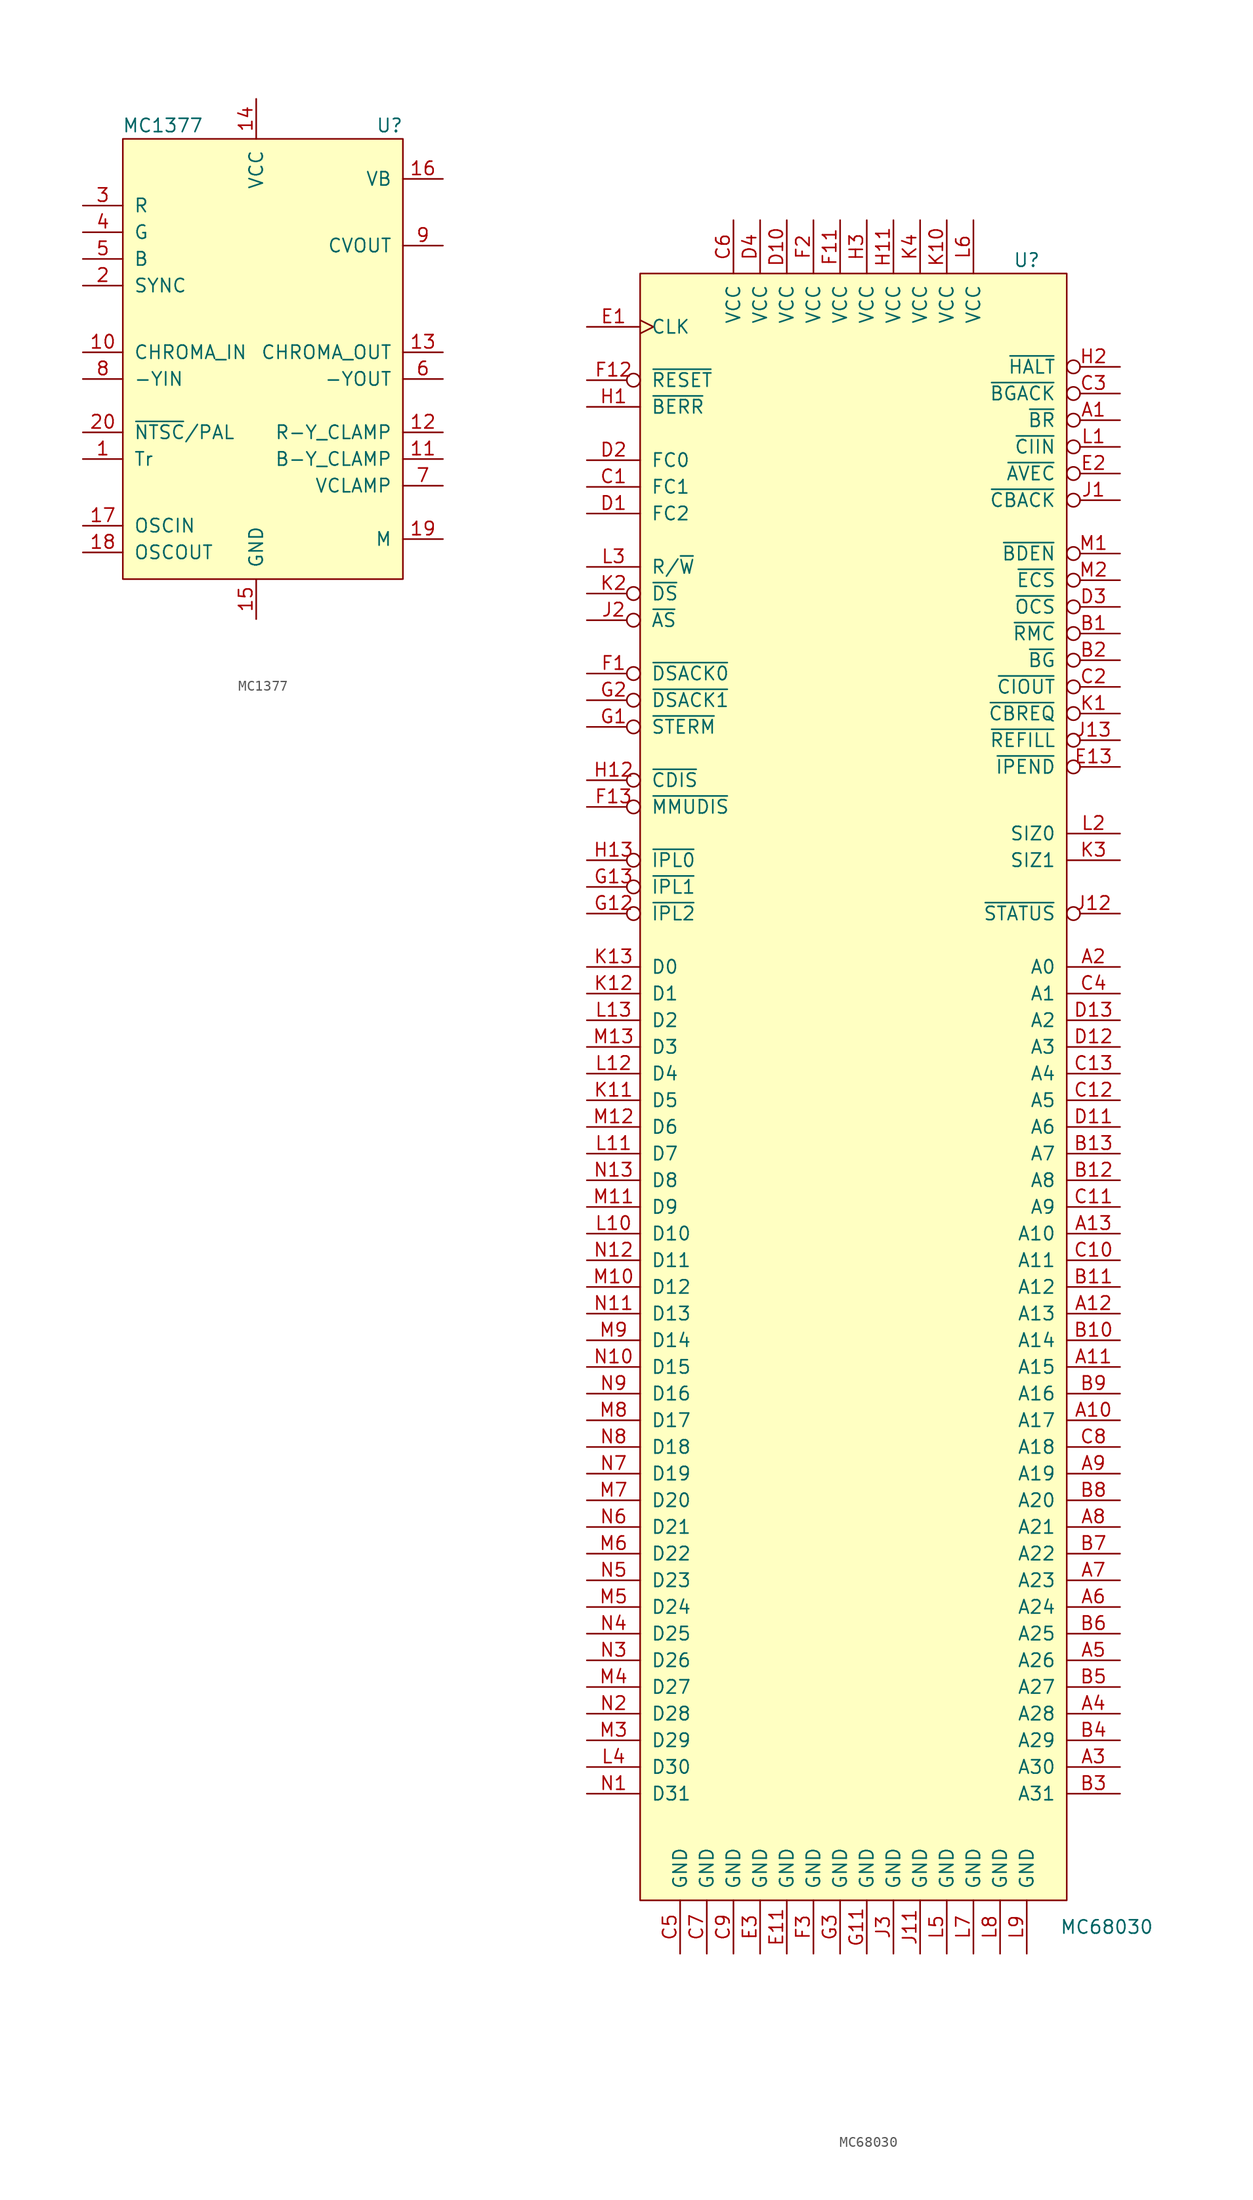
<source format=kicad_sym>
(kicad_symbol_lib
  (version 20220914)
  (generator kicad_symbol_editor)
  (symbol "MC1377"
    (pin_names
      (offset 1.016))
    (property "Reference" "U"
      (at 12.7 20.32 0)
      (effects (font (size 1.27 1.27))))
    (property "Value" "MC1377"
      (at -8.89 20.32 0)
      (effects (font (size 1.27 1.27))))
    (symbol "MC1377_0_1"
      (rectangle (start -12.7 19.05) (end 13.97 -22.86) (stroke (width 0) (type default)) (fill (type background))))
    (symbol "MC1377_1_1"
      (pin passive line (at -16.51 -11.43 0) (length 3.81) (name "Tr" (effects (font (size 1.27 1.27)))) (number "1" (effects (font (size 1.27 1.27)))))
      (pin input line (at -16.51 -1.27 0) (length 3.81) (name "CHROMA_IN" (effects (font (size 1.27 1.27)))) (number "10" (effects (font (size 1.27 1.27)))))
      (pin input line (at 17.78 -11.43 180) (length 3.81) (name "B-Y_CLAMP" (effects (font (size 1.27 1.27)))) (number "11" (effects (font (size 1.27 1.27)))))
      (pin input line (at 17.78 -8.89 180) (length 3.81) (name "R-Y_CLAMP" (effects (font (size 1.27 1.27)))) (number "12" (effects (font (size 1.27 1.27)))))
      (pin output line (at 17.78 -1.27 180) (length 3.81) (name "CHROMA_OUT" (effects (font (size 1.27 1.27)))) (number "13" (effects (font (size 1.27 1.27)))))
      (pin power_in line (at 0 22.86 270) (length 3.81) (name "VCC" (effects (font (size 1.27 1.27)))) (number "14" (effects (font (size 1.27 1.27)))))
      (pin power_in line (at 0 -26.67 90) (length 3.81) (name "GND" (effects (font (size 1.27 1.27)))) (number "15" (effects (font (size 1.27 1.27)))))
      (pin power_out line (at 17.78 15.24 180) (length 3.81) (name "VB" (effects (font (size 1.27 1.27)))) (number "16" (effects (font (size 1.27 1.27)))))
      (pin input line (at -16.51 -17.78 0) (length 3.81) (name "OSCIN" (effects (font (size 1.27 1.27)))) (number "17" (effects (font (size 1.27 1.27)))))
      (pin output line (at -16.51 -20.32 0) (length 3.81) (name "OSCOUT" (effects (font (size 1.27 1.27)))) (number "18" (effects (font (size 1.27 1.27)))))
      (pin output line (at 17.78 -19.05 180) (length 3.81) (name "M" (effects (font (size 1.27 1.27)))) (number "19" (effects (font (size 1.27 1.27)))))
      (pin input line (at -16.51 5.08 0) (length 3.81) (name "SYNC" (effects (font (size 1.27 1.27)))) (number "2" (effects (font (size 1.27 1.27)))))
      (pin input line (at -16.51 -8.89 0) (length 3.81) (name "~{NTSC}/PAL" (effects (font (size 1.27 1.27)))) (number "20" (effects (font (size 1.27 1.27)))))
      (pin input line (at -16.51 12.7 0) (length 3.81) (name "R" (effects (font (size 1.27 1.27)))) (number "3" (effects (font (size 1.27 1.27)))))
      (pin input line (at -16.51 10.16 0) (length 3.81) (name "G" (effects (font (size 1.27 1.27)))) (number "4" (effects (font (size 1.27 1.27)))))
      (pin input line (at -16.51 7.62 0) (length 3.81) (name "B" (effects (font (size 1.27 1.27)))) (number "5" (effects (font (size 1.27 1.27)))))
      (pin output line (at 17.78 -3.81 180) (length 3.81) (name "-YOUT" (effects (font (size 1.27 1.27)))) (number "6" (effects (font (size 1.27 1.27)))))
      (pin input line (at 17.78 -13.97 180) (length 3.81) (name "VCLAMP" (effects (font (size 1.27 1.27)))) (number "7" (effects (font (size 1.27 1.27)))))
      (pin input line (at -16.51 -3.81 0) (length 3.81) (name "-YIN" (effects (font (size 1.27 1.27)))) (number "8" (effects (font (size 1.27 1.27)))))
      (pin output line (at 17.78 8.89 180) (length 3.81) (name "CVOUT" (effects (font (size 1.27 1.27)))) (number "9" (effects (font (size 1.27 1.27)))))))
  (symbol "MC68030"
    (pin_names
      (offset 1.016))
    (property "Reference" "U"
      (at 16.51 73.66 0)
      (effects (font (size 1.27 1.27))))
    (property "Value" "MC68030"
      (at 24.13 -85.09 0)
      (effects (font (size 1.27 1.27))))
    (symbol "MC68030_0_1"
      (rectangle (start 20.32 -82.55) (end -20.32 72.39) (stroke (width 0) (type default)) (fill (type background))))
    (symbol "MC68030_1_1"
      (pin input inverted (at 25.4 58.42 180) (length 5.08) (name "~{BR}" (effects (font (size 1.27 1.27)))) (number "A1" (effects (font (size 1.27 1.27)))))
      (pin output line (at 25.4 -36.83 180) (length 5.08) (name "A17" (effects (font (size 1.27 1.27)))) (number "A10" (effects (font (size 1.27 1.27)))))
      (pin output line (at 25.4 -31.75 180) (length 5.08) (name "A15" (effects (font (size 1.27 1.27)))) (number "A11" (effects (font (size 1.27 1.27)))))
      (pin output line (at 25.4 -26.67 180) (length 5.08) (name "A13" (effects (font (size 1.27 1.27)))) (number "A12" (effects (font (size 1.27 1.27)))))
      (pin output line (at 25.4 -19.05 180) (length 5.08) (name "A10" (effects (font (size 1.27 1.27)))) (number "A13" (effects (font (size 1.27 1.27)))))
      (pin output line (at 25.4 6.35 180) (length 5.08) (name "A0" (effects (font (size 1.27 1.27)))) (number "A2" (effects (font (size 1.27 1.27)))))
      (pin output line (at 25.4 -69.85 180) (length 5.08) (name "A30" (effects (font (size 1.27 1.27)))) (number "A3" (effects (font (size 1.27 1.27)))))
      (pin output line (at 25.4 -64.77 180) (length 5.08) (name "A28" (effects (font (size 1.27 1.27)))) (number "A4" (effects (font (size 1.27 1.27)))))
      (pin output line (at 25.4 -59.69 180) (length 5.08) (name "A26" (effects (font (size 1.27 1.27)))) (number "A5" (effects (font (size 1.27 1.27)))))
      (pin output line (at 25.4 -54.61 180) (length 5.08) (name "A24" (effects (font (size 1.27 1.27)))) (number "A6" (effects (font (size 1.27 1.27)))))
      (pin output line (at 25.4 -52.07 180) (length 5.08) (name "A23" (effects (font (size 1.27 1.27)))) (number "A7" (effects (font (size 1.27 1.27)))))
      (pin output line (at 25.4 -46.99 180) (length 5.08) (name "A21" (effects (font (size 1.27 1.27)))) (number "A8" (effects (font (size 1.27 1.27)))))
      (pin output line (at 25.4 -41.91 180) (length 5.08) (name "A19" (effects (font (size 1.27 1.27)))) (number "A9" (effects (font (size 1.27 1.27)))))
      (pin output inverted (at 25.4 38.1 180) (length 5.08) (name "~{RMC}" (effects (font (size 1.27 1.27)))) (number "B1" (effects (font (size 1.27 1.27)))))
      (pin output line (at 25.4 -29.21 180) (length 5.08) (name "A14" (effects (font (size 1.27 1.27)))) (number "B10" (effects (font (size 1.27 1.27)))))
      (pin output line (at 25.4 -24.13 180) (length 5.08) (name "A12" (effects (font (size 1.27 1.27)))) (number "B11" (effects (font (size 1.27 1.27)))))
      (pin output line (at 25.4 -13.97 180) (length 5.08) (name "A8" (effects (font (size 1.27 1.27)))) (number "B12" (effects (font (size 1.27 1.27)))))
      (pin output line (at 25.4 -11.43 180) (length 5.08) (name "A7" (effects (font (size 1.27 1.27)))) (number "B13" (effects (font (size 1.27 1.27)))))
      (pin output inverted (at 25.4 35.56 180) (length 5.08) (name "~{BG}" (effects (font (size 1.27 1.27)))) (number "B2" (effects (font (size 1.27 1.27)))))
      (pin output line (at 25.4 -72.39 180) (length 5.08) (name "A31" (effects (font (size 1.27 1.27)))) (number "B3" (effects (font (size 1.27 1.27)))))
      (pin output line (at 25.4 -67.31 180) (length 5.08) (name "A29" (effects (font (size 1.27 1.27)))) (number "B4" (effects (font (size 1.27 1.27)))))
      (pin output line (at 25.4 -62.23 180) (length 5.08) (name "A27" (effects (font (size 1.27 1.27)))) (number "B5" (effects (font (size 1.27 1.27)))))
      (pin output line (at 25.4 -57.15 180) (length 5.08) (name "A25" (effects (font (size 1.27 1.27)))) (number "B6" (effects (font (size 1.27 1.27)))))
      (pin output line (at 25.4 -49.53 180) (length 5.08) (name "A22" (effects (font (size 1.27 1.27)))) (number "B7" (effects (font (size 1.27 1.27)))))
      (pin output line (at 25.4 -44.45 180) (length 5.08) (name "A20" (effects (font (size 1.27 1.27)))) (number "B8" (effects (font (size 1.27 1.27)))))
      (pin output line (at 25.4 -34.29 180) (length 5.08) (name "A16" (effects (font (size 1.27 1.27)))) (number "B9" (effects (font (size 1.27 1.27)))))
      (pin output line (at -25.4 52.07 0) (length 5.08) (name "FC1" (effects (font (size 1.27 1.27)))) (number "C1" (effects (font (size 1.27 1.27)))))
      (pin output line (at 25.4 -21.59 180) (length 5.08) (name "A11" (effects (font (size 1.27 1.27)))) (number "C10" (effects (font (size 1.27 1.27)))))
      (pin output line (at 25.4 -16.51 180) (length 5.08) (name "A9" (effects (font (size 1.27 1.27)))) (number "C11" (effects (font (size 1.27 1.27)))))
      (pin output line (at 25.4 -6.35 180) (length 5.08) (name "A5" (effects (font (size 1.27 1.27)))) (number "C12" (effects (font (size 1.27 1.27)))))
      (pin output line (at 25.4 -3.81 180) (length 5.08) (name "A4" (effects (font (size 1.27 1.27)))) (number "C13" (effects (font (size 1.27 1.27)))))
      (pin output inverted (at 25.4 33.02 180) (length 5.08) (name "~{CIOUT}" (effects (font (size 1.27 1.27)))) (number "C2" (effects (font (size 1.27 1.27)))))
      (pin input inverted (at 25.4 60.96 180) (length 5.08) (name "~{BGACK}" (effects (font (size 1.27 1.27)))) (number "C3" (effects (font (size 1.27 1.27)))))
      (pin output line (at 25.4 3.81 180) (length 5.08) (name "A1" (effects (font (size 1.27 1.27)))) (number "C4" (effects (font (size 1.27 1.27)))))
      (pin power_in line (at -16.51 -87.63 90) (length 5.08) (name "GND" (effects (font (size 1.27 1.27)))) (number "C5" (effects (font (size 1.27 1.27)))))
      (pin power_in line (at -11.43 77.47 270) (length 5.08) (name "VCC" (effects (font (size 1.27 1.27)))) (number "C6" (effects (font (size 1.27 1.27)))))
      (pin power_in line (at -13.97 -87.63 90) (length 5.08) (name "GND" (effects (font (size 1.27 1.27)))) (number "C7" (effects (font (size 1.27 1.27)))))
      (pin output line (at 25.4 -39.37 180) (length 5.08) (name "A18" (effects (font (size 1.27 1.27)))) (number "C8" (effects (font (size 1.27 1.27)))))
      (pin power_in line (at -11.43 -87.63 90) (length 5.08) (name "GND" (effects (font (size 1.27 1.27)))) (number "C9" (effects (font (size 1.27 1.27)))))
      (pin output line (at -25.4 49.53 0) (length 5.08) (name "FC2" (effects (font (size 1.27 1.27)))) (number "D1" (effects (font (size 1.27 1.27)))))
      (pin power_in line (at -6.35 77.47 270) (length 5.08) (name "VCC" (effects (font (size 1.27 1.27)))) (number "D10" (effects (font (size 1.27 1.27)))))
      (pin output line (at 25.4 -8.89 180) (length 5.08) (name "A6" (effects (font (size 1.27 1.27)))) (number "D11" (effects (font (size 1.27 1.27)))))
      (pin output line (at 25.4 -1.27 180) (length 5.08) (name "A3" (effects (font (size 1.27 1.27)))) (number "D12" (effects (font (size 1.27 1.27)))))
      (pin output line (at 25.4 1.27 180) (length 5.08) (name "A2" (effects (font (size 1.27 1.27)))) (number "D13" (effects (font (size 1.27 1.27)))))
      (pin output line (at -25.4 54.61 0) (length 5.08) (name "FC0" (effects (font (size 1.27 1.27)))) (number "D2" (effects (font (size 1.27 1.27)))))
      (pin output inverted (at 25.4 40.64 180) (length 5.08) (name "~{OCS}" (effects (font (size 1.27 1.27)))) (number "D3" (effects (font (size 1.27 1.27)))))
      (pin power_in line (at -8.89 77.47 270) (length 5.08) (name "VCC" (effects (font (size 1.27 1.27)))) (number "D4" (effects (font (size 1.27 1.27)))))
      (pin input clock (at -25.4 67.31 0) (length 5.08) (name "CLK" (effects (font (size 1.27 1.27)))) (number "E1" (effects (font (size 1.27 1.27)))))
      (pin power_in line (at -6.35 -87.63 90) (length 5.08) (name "GND" (effects (font (size 1.27 1.27)))) (number "E11" (effects (font (size 1.27 1.27)))))
      (pin output inverted (at 25.4 25.4 180) (length 5.08) (name "~{IPEND}" (effects (font (size 1.27 1.27)))) (number "E13" (effects (font (size 1.27 1.27)))))
      (pin input inverted (at 25.4 53.34 180) (length 5.08) (name "~{AVEC}" (effects (font (size 1.27 1.27)))) (number "E2" (effects (font (size 1.27 1.27)))))
      (pin power_in line (at -8.89 -87.63 90) (length 5.08) (name "GND" (effects (font (size 1.27 1.27)))) (number "E3" (effects (font (size 1.27 1.27)))))
      (pin input inverted (at -25.4 34.29 0) (length 5.08) (name "~{DSACK0}" (effects (font (size 1.27 1.27)))) (number "F1" (effects (font (size 1.27 1.27)))))
      (pin power_in line (at -1.27 77.47 270) (length 5.08) (name "VCC" (effects (font (size 1.27 1.27)))) (number "F11" (effects (font (size 1.27 1.27)))))
      (pin input inverted (at -25.4 62.23 0) (length 5.08) (name "~{RESET}" (effects (font (size 1.27 1.27)))) (number "F12" (effects (font (size 1.27 1.27)))))
      (pin input inverted (at -25.4 21.59 0) (length 5.08) (name "~{MMUDIS}" (effects (font (size 1.27 1.27)))) (number "F13" (effects (font (size 1.27 1.27)))))
      (pin power_in line (at -3.81 77.47 270) (length 5.08) (name "VCC" (effects (font (size 1.27 1.27)))) (number "F2" (effects (font (size 1.27 1.27)))))
      (pin power_in line (at -3.81 -87.63 90) (length 5.08) (name "GND" (effects (font (size 1.27 1.27)))) (number "F3" (effects (font (size 1.27 1.27)))))
      (pin input inverted (at -25.4 29.21 0) (length 5.08) (name "~{STERM}" (effects (font (size 1.27 1.27)))) (number "G1" (effects (font (size 1.27 1.27)))))
      (pin power_in line (at 1.27 -87.63 90) (length 5.08) (name "GND" (effects (font (size 1.27 1.27)))) (number "G11" (effects (font (size 1.27 1.27)))))
      (pin input inverted (at -25.4 11.43 0) (length 5.08) (name "~{IPL2}" (effects (font (size 1.27 1.27)))) (number "G12" (effects (font (size 1.27 1.27)))))
      (pin input inverted (at -25.4 13.97 0) (length 5.08) (name "~{IPL1}" (effects (font (size 1.27 1.27)))) (number "G13" (effects (font (size 1.27 1.27)))))
      (pin input inverted (at -25.4 31.75 0) (length 5.08) (name "~{DSACK1}" (effects (font (size 1.27 1.27)))) (number "G2" (effects (font (size 1.27 1.27)))))
      (pin power_in line (at -1.27 -87.63 90) (length 5.08) (name "GND" (effects (font (size 1.27 1.27)))) (number "G3" (effects (font (size 1.27 1.27)))))
      (pin input line (at -25.4 59.69 0) (length 5.08) (name "~{BERR}" (effects (font (size 1.27 1.27)))) (number "H1" (effects (font (size 1.27 1.27)))))
      (pin power_in line (at 3.81 77.47 270) (length 5.08) (name "VCC" (effects (font (size 1.27 1.27)))) (number "H11" (effects (font (size 1.27 1.27)))))
      (pin input inverted (at -25.4 24.13 0) (length 5.08) (name "~{CDIS}" (effects (font (size 1.27 1.27)))) (number "H12" (effects (font (size 1.27 1.27)))))
      (pin input inverted (at -25.4 16.51 0) (length 5.08) (name "~{IPL0}" (effects (font (size 1.27 1.27)))) (number "H13" (effects (font (size 1.27 1.27)))))
      (pin input inverted (at 25.4 63.5 180) (length 5.08) (name "~{HALT}" (effects (font (size 1.27 1.27)))) (number "H2" (effects (font (size 1.27 1.27)))))
      (pin power_in line (at 1.27 77.47 270) (length 5.08) (name "VCC" (effects (font (size 1.27 1.27)))) (number "H3" (effects (font (size 1.27 1.27)))))
      (pin input inverted (at 25.4 50.8 180) (length 5.08) (name "~{CBACK}" (effects (font (size 1.27 1.27)))) (number "J1" (effects (font (size 1.27 1.27)))))
      (pin power_in line (at 6.35 -87.63 90) (length 5.08) (name "GND" (effects (font (size 1.27 1.27)))) (number "J11" (effects (font (size 1.27 1.27)))))
      (pin output inverted (at 25.4 11.43 180) (length 5.08) (name "~{STATUS}" (effects (font (size 1.27 1.27)))) (number "J12" (effects (font (size 1.27 1.27)))))
      (pin output inverted (at 25.4 27.94 180) (length 5.08) (name "~{REFILL}" (effects (font (size 1.27 1.27)))) (number "J13" (effects (font (size 1.27 1.27)))))
      (pin output inverted (at -25.4 39.37 0) (length 5.08) (name "~{AS}" (effects (font (size 1.27 1.27)))) (number "J2" (effects (font (size 1.27 1.27)))))
      (pin power_in line (at 3.81 -87.63 90) (length 5.08) (name "GND" (effects (font (size 1.27 1.27)))) (number "J3" (effects (font (size 1.27 1.27)))))
      (pin output inverted (at 25.4 30.48 180) (length 5.08) (name "~{CBREQ}" (effects (font (size 1.27 1.27)))) (number "K1" (effects (font (size 1.27 1.27)))))
      (pin power_in line (at 8.89 77.47 270) (length 5.08) (name "VCC" (effects (font (size 1.27 1.27)))) (number "K10" (effects (font (size 1.27 1.27)))))
      (pin bidirectional line (at -25.4 -6.35 0) (length 5.08) (name "D5" (effects (font (size 1.27 1.27)))) (number "K11" (effects (font (size 1.27 1.27)))))
      (pin bidirectional line (at -25.4 3.81 0) (length 5.08) (name "D1" (effects (font (size 1.27 1.27)))) (number "K12" (effects (font (size 1.27 1.27)))))
      (pin bidirectional line (at -25.4 6.35 0) (length 5.08) (name "D0" (effects (font (size 1.27 1.27)))) (number "K13" (effects (font (size 1.27 1.27)))))
      (pin output inverted (at -25.4 41.91 0) (length 5.08) (name "~{DS}" (effects (font (size 1.27 1.27)))) (number "K2" (effects (font (size 1.27 1.27)))))
      (pin output line (at 25.4 16.51 180) (length 5.08) (name "SIZ1" (effects (font (size 1.27 1.27)))) (number "K3" (effects (font (size 1.27 1.27)))))
      (pin power_in line (at 6.35 77.47 270) (length 5.08) (name "VCC" (effects (font (size 1.27 1.27)))) (number "K4" (effects (font (size 1.27 1.27)))))
      (pin input inverted (at 25.4 55.88 180) (length 5.08) (name "~{CIIN}" (effects (font (size 1.27 1.27)))) (number "L1" (effects (font (size 1.27 1.27)))))
      (pin bidirectional line (at -25.4 -19.05 0) (length 5.08) (name "D10" (effects (font (size 1.27 1.27)))) (number "L10" (effects (font (size 1.27 1.27)))))
      (pin bidirectional line (at -25.4 -11.43 0) (length 5.08) (name "D7" (effects (font (size 1.27 1.27)))) (number "L11" (effects (font (size 1.27 1.27)))))
      (pin bidirectional line (at -25.4 -3.81 0) (length 5.08) (name "D4" (effects (font (size 1.27 1.27)))) (number "L12" (effects (font (size 1.27 1.27)))))
      (pin bidirectional line (at -25.4 1.27 0) (length 5.08) (name "D2" (effects (font (size 1.27 1.27)))) (number "L13" (effects (font (size 1.27 1.27)))))
      (pin output line (at 25.4 19.05 180) (length 5.08) (name "SIZ0" (effects (font (size 1.27 1.27)))) (number "L2" (effects (font (size 1.27 1.27)))))
      (pin output line (at -25.4 44.45 0) (length 5.08) (name "R/~{W}" (effects (font (size 1.27 1.27)))) (number "L3" (effects (font (size 1.27 1.27)))))
      (pin bidirectional line (at -25.4 -69.85 0) (length 5.08) (name "D30" (effects (font (size 1.27 1.27)))) (number "L4" (effects (font (size 1.27 1.27)))))
      (pin power_in line (at 8.89 -87.63 90) (length 5.08) (name "GND" (effects (font (size 1.27 1.27)))) (number "L5" (effects (font (size 1.27 1.27)))))
      (pin power_in line (at 11.43 77.47 270) (length 5.08) (name "VCC" (effects (font (size 1.27 1.27)))) (number "L6" (effects (font (size 1.27 1.27)))))
      (pin power_in line (at 11.43 -87.63 90) (length 5.08) (name "GND" (effects (font (size 1.27 1.27)))) (number "L7" (effects (font (size 1.27 1.27)))))
      (pin power_in line (at 13.97 -87.63 90) (length 5.08) (name "GND" (effects (font (size 1.27 1.27)))) (number "L8" (effects (font (size 1.27 1.27)))))
      (pin power_in line (at 16.51 -87.63 90) (length 5.08) (name "GND" (effects (font (size 1.27 1.27)))) (number "L9" (effects (font (size 1.27 1.27)))))
      (pin output inverted (at 25.4 45.72 180) (length 5.08) (name "~{BDEN}" (effects (font (size 1.27 1.27)))) (number "M1" (effects (font (size 1.27 1.27)))))
      (pin bidirectional line (at -25.4 -24.13 0) (length 5.08) (name "D12" (effects (font (size 1.27 1.27)))) (number "M10" (effects (font (size 1.27 1.27)))))
      (pin bidirectional line (at -25.4 -16.51 0) (length 5.08) (name "D9" (effects (font (size 1.27 1.27)))) (number "M11" (effects (font (size 1.27 1.27)))))
      (pin bidirectional line (at -25.4 -8.89 0) (length 5.08) (name "D6" (effects (font (size 1.27 1.27)))) (number "M12" (effects (font (size 1.27 1.27)))))
      (pin bidirectional line (at -25.4 -1.27 0) (length 5.08) (name "D3" (effects (font (size 1.27 1.27)))) (number "M13" (effects (font (size 1.27 1.27)))))
      (pin output inverted (at 25.4 43.18 180) (length 5.08) (name "~{ECS}" (effects (font (size 1.27 1.27)))) (number "M2" (effects (font (size 1.27 1.27)))))
      (pin bidirectional line (at -25.4 -67.31 0) (length 5.08) (name "D29" (effects (font (size 1.27 1.27)))) (number "M3" (effects (font (size 1.27 1.27)))))
      (pin bidirectional line (at -25.4 -62.23 0) (length 5.08) (name "D27" (effects (font (size 1.27 1.27)))) (number "M4" (effects (font (size 1.27 1.27)))))
      (pin bidirectional line (at -25.4 -54.61 0) (length 5.08) (name "D24" (effects (font (size 1.27 1.27)))) (number "M5" (effects (font (size 1.27 1.27)))))
      (pin bidirectional line (at -25.4 -49.53 0) (length 5.08) (name "D22" (effects (font (size 1.27 1.27)))) (number "M6" (effects (font (size 1.27 1.27)))))
      (pin bidirectional line (at -25.4 -44.45 0) (length 5.08) (name "D20" (effects (font (size 1.27 1.27)))) (number "M7" (effects (font (size 1.27 1.27)))))
      (pin bidirectional line (at -25.4 -36.83 0) (length 5.08) (name "D17" (effects (font (size 1.27 1.27)))) (number "M8" (effects (font (size 1.27 1.27)))))
      (pin bidirectional line (at -25.4 -29.21 0) (length 5.08) (name "D14" (effects (font (size 1.27 1.27)))) (number "M9" (effects (font (size 1.27 1.27)))))
      (pin bidirectional line (at -25.4 -72.39 0) (length 5.08) (name "D31" (effects (font (size 1.27 1.27)))) (number "N1" (effects (font (size 1.27 1.27)))))
      (pin bidirectional line (at -25.4 -31.75 0) (length 5.08) (name "D15" (effects (font (size 1.27 1.27)))) (number "N10" (effects (font (size 1.27 1.27)))))
      (pin bidirectional line (at -25.4 -26.67 0) (length 5.08) (name "D13" (effects (font (size 1.27 1.27)))) (number "N11" (effects (font (size 1.27 1.27)))))
      (pin bidirectional line (at -25.4 -21.59 0) (length 5.08) (name "D11" (effects (font (size 1.27 1.27)))) (number "N12" (effects (font (size 1.27 1.27)))))
      (pin bidirectional line (at -25.4 -13.97 0) (length 5.08) (name "D8" (effects (font (size 1.27 1.27)))) (number "N13" (effects (font (size 1.27 1.27)))))
      (pin bidirectional line (at -25.4 -64.77 0) (length 5.08) (name "D28" (effects (font (size 1.27 1.27)))) (number "N2" (effects (font (size 1.27 1.27)))))
      (pin bidirectional line (at -25.4 -59.69 0) (length 5.08) (name "D26" (effects (font (size 1.27 1.27)))) (number "N3" (effects (font (size 1.27 1.27)))))
      (pin bidirectional line (at -25.4 -57.15 0) (length 5.08) (name "D25" (effects (font (size 1.27 1.27)))) (number "N4" (effects (font (size 1.27 1.27)))))
      (pin bidirectional line (at -25.4 -52.07 0) (length 5.08) (name "D23" (effects (font (size 1.27 1.27)))) (number "N5" (effects (font (size 1.27 1.27)))))
      (pin bidirectional line (at -25.4 -46.99 0) (length 5.08) (name "D21" (effects (font (size 1.27 1.27)))) (number "N6" (effects (font (size 1.27 1.27)))))
      (pin bidirectional line (at -25.4 -41.91 0) (length 5.08) (name "D19" (effects (font (size 1.27 1.27)))) (number "N7" (effects (font (size 1.27 1.27)))))
      (pin bidirectional line (at -25.4 -39.37 0) (length 5.08) (name "D18" (effects (font (size 1.27 1.27)))) (number "N8" (effects (font (size 1.27 1.27)))))
      (pin bidirectional line (at -25.4 -34.29 0) (length 5.08) (name "D16" (effects (font (size 1.27 1.27)))) (number "N9" (effects (font (size 1.27 1.27))))))))
</source>
